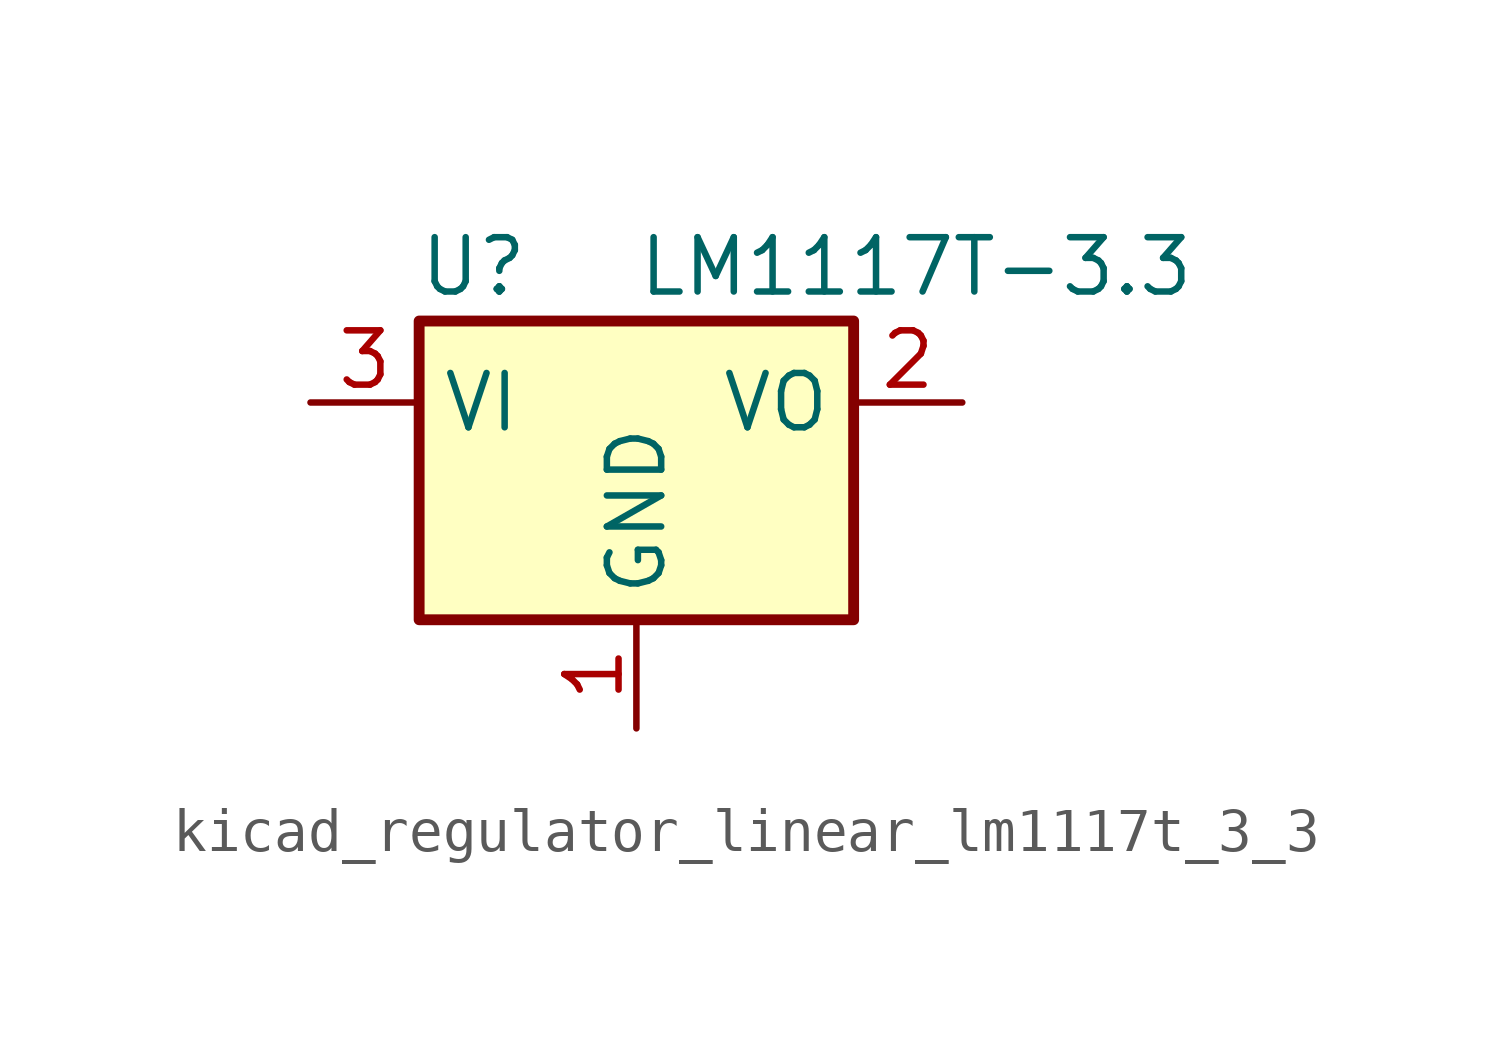
<source format=kicad_sym>
(kicad_symbol_lib
  (version 20220914)
  (generator kicad_symbol_editor)
  (symbol "kicad_regulator_linear_lm1117t_3_3"
    (property "Reference" "U"
      (at -3.81 3.175 0)
      (effects (font (size 1.27 1.27))))
    (property "Value" "LM1117T-3.3"
      (at 0 3.175 0)
      (effects (font (size 1.27 1.27)) (justify left)))
    (symbol "kicad_regulator_linear_lm1117t_3_3_0_1"
      (rectangle (start -5.08 -5.08) (end 5.08 1.905) (stroke (width 0.254) (type default)) (fill (type background))))
    (symbol "kicad_regulator_linear_lm1117t_3_3_1_1"
      (pin power_in line (at 0 -7.62 90) (length 2.54) (name "GND" (effects (font (size 1.27 1.27)))) (number "1" (effects (font (size 1.27 1.27)))))
      (pin power_out line (at 7.62 0 180) (length 2.54) (name "VO" (effects (font (size 1.27 1.27)))) (number "2" (effects (font (size 1.27 1.27)))))
      (pin power_in line (at -7.62 0 0) (length 2.54) (name "VI" (effects (font (size 1.27 1.27)))) (number "3" (effects (font (size 1.27 1.27))))))))
</source>
